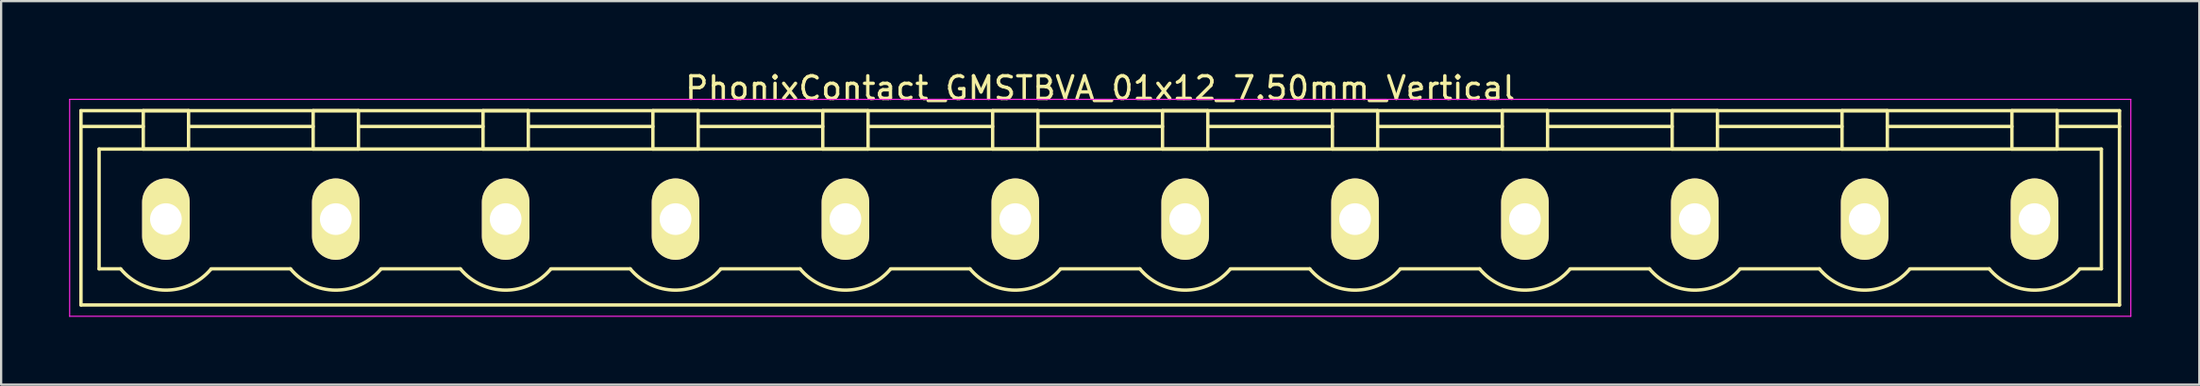
<source format=kicad_pcb>
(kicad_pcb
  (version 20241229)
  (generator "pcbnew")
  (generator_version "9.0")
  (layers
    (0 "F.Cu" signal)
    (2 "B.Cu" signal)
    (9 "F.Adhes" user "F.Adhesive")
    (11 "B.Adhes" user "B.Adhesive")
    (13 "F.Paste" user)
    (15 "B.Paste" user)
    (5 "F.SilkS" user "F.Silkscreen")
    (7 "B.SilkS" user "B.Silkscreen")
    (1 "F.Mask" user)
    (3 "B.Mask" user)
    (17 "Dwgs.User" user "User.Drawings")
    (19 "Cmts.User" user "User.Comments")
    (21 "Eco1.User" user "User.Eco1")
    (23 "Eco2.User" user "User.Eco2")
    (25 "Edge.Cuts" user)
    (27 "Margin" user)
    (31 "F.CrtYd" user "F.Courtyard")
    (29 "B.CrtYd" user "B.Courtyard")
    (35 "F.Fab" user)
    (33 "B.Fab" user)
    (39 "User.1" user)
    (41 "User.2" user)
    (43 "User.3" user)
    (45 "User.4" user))
  (footprint "PhonixContact_GMSTBVA_01x12_7.50mm_Vertical"
    (layer "F.Cu")
    (at 4.275 6.648)
    (property "Reference" "PhonixContact_GMSTBVA_01x12_7.50mm_Vertical" (at 41.25 -5.8 0) (layer "F.SilkS") (effects (font (size 1 1) (thickness 0.15))))
    (attr through_hole)
    (fp_line (start -3.75 -4.8) (end -3.75 3.8) (stroke (width 0.15) (type solid)) (layer "F.SilkS"))
    (fp_line (start -3.75 -4.1) (end -1 -4.1) (stroke (width 0.15) (type solid)) (layer "F.SilkS"))
    (fp_line (start -3.75 3.8) (end 86.25 3.8) (stroke (width 0.15) (type solid)) (layer "F.SilkS"))
    (fp_line (start -2.95 -3.1) (end 85.45 -3.1) (stroke (width 0.15) (type solid)) (layer "F.SilkS"))
    (fp_line (start -2.95 2.2) (end -2.95 -3.1) (stroke (width 0.15) (type solid)) (layer "F.SilkS"))
    (fp_line (start -2 2.2) (end -2.95 2.2) (stroke (width 0.15) (type solid)) (layer "F.SilkS"))
    (fp_line (start -1 -4.8) (end 1 -4.8) (stroke (width 0.15) (type solid)) (layer "F.SilkS"))
    (fp_line (start -1 -3.1) (end -1 -4.8) (stroke (width 0.15) (type solid)) (layer "F.SilkS"))
    (fp_line (start 1 -4.8) (end 1 -3.1) (stroke (width 0.15) (type solid)) (layer "F.SilkS"))
    (fp_line (start 1 -4.1) (end 6.5 -4.1) (stroke (width 0.15) (type solid)) (layer "F.SilkS"))
    (fp_line (start 1 -3.1) (end -1 -3.1) (stroke (width 0.15) (type solid)) (layer "F.SilkS"))
    (fp_line (start 2 2.2) (end 5.5 2.2) (stroke (width 0.15) (type solid)) (layer "F.SilkS"))
    (fp_line (start 6.5 -4.8) (end 8.5 -4.8) (stroke (width 0.15) (type solid)) (layer "F.SilkS"))
    (fp_line (start 6.5 -3.1) (end 6.5 -4.8) (stroke (width 0.15) (type solid)) (layer "F.SilkS"))
    (fp_line (start 8.5 -4.8) (end 8.5 -3.1) (stroke (width 0.15) (type solid)) (layer "F.SilkS"))
    (fp_line (start 8.5 -4.1) (end 14 -4.1) (stroke (width 0.15) (type solid)) (layer "F.SilkS"))
    (fp_line (start 8.5 -3.1) (end 6.5 -3.1) (stroke (width 0.15) (type solid)) (layer "F.SilkS"))
    (fp_line (start 9.5 2.2) (end 13 2.2) (stroke (width 0.15) (type solid)) (layer "F.SilkS"))
    (fp_line (start 14 -4.8) (end 16 -4.8) (stroke (width 0.15) (type solid)) (layer "F.SilkS"))
    (fp_line (start 14 -3.1) (end 14 -4.8) (stroke (width 0.15) (type solid)) (layer "F.SilkS"))
    (fp_line (start 16 -4.8) (end 16 -3.1) (stroke (width 0.15) (type solid)) (layer "F.SilkS"))
    (fp_line (start 16 -4.1) (end 21.5 -4.1) (stroke (width 0.15) (type solid)) (layer "F.SilkS"))
    (fp_line (start 16 -3.1) (end 14 -3.1) (stroke (width 0.15) (type solid)) (layer "F.SilkS"))
    (fp_line (start 17 2.2) (end 20.5 2.2) (stroke (width 0.15) (type solid)) (layer "F.SilkS"))
    (fp_line (start 21.5 -4.8) (end 23.5 -4.8) (stroke (width 0.15) (type solid)) (layer "F.SilkS"))
    (fp_line (start 21.5 -3.1) (end 21.5 -4.8) (stroke (width 0.15) (type solid)) (layer "F.SilkS"))
    (fp_line (start 23.5 -4.8) (end 23.5 -3.1) (stroke (width 0.15) (type solid)) (layer "F.SilkS"))
    (fp_line (start 23.5 -4.1) (end 29 -4.1) (stroke (width 0.15) (type solid)) (layer "F.SilkS"))
    (fp_line (start 23.5 -3.1) (end 21.5 -3.1) (stroke (width 0.15) (type solid)) (layer "F.SilkS"))
    (fp_line (start 24.5 2.2) (end 28 2.2) (stroke (width 0.15) (type solid)) (layer "F.SilkS"))
    (fp_line (start 29 -4.8) (end 31 -4.8) (stroke (width 0.15) (type solid)) (layer "F.SilkS"))
    (fp_line (start 29 -3.1) (end 29 -4.8) (stroke (width 0.15) (type solid)) (layer "F.SilkS"))
    (fp_line (start 31 -4.8) (end 31 -3.1) (stroke (width 0.15) (type solid)) (layer "F.SilkS"))
    (fp_line (start 31 -4.1) (end 36.5 -4.1) (stroke (width 0.15) (type solid)) (layer "F.SilkS"))
    (fp_line (start 31 -3.1) (end 29 -3.1) (stroke (width 0.15) (type solid)) (layer "F.SilkS"))
    (fp_line (start 32 2.2) (end 35.5 2.2) (stroke (width 0.15) (type solid)) (layer "F.SilkS"))
    (fp_line (start 36.5 -4.8) (end 38.5 -4.8) (stroke (width 0.15) (type solid)) (layer "F.SilkS"))
    (fp_line (start 36.5 -3.1) (end 36.5 -4.8) (stroke (width 0.15) (type solid)) (layer "F.SilkS"))
    (fp_line (start 38.5 -4.8) (end 38.5 -3.1) (stroke (width 0.15) (type solid)) (layer "F.SilkS"))
    (fp_line (start 38.5 -4.1) (end 44 -4.1) (stroke (width 0.15) (type solid)) (layer "F.SilkS"))
    (fp_line (start 38.5 -3.1) (end 36.5 -3.1) (stroke (width 0.15) (type solid)) (layer "F.SilkS"))
    (fp_line (start 39.5 2.2) (end 43 2.2) (stroke (width 0.15) (type solid)) (layer "F.SilkS"))
    (fp_line (start 44 -4.8) (end 46 -4.8) (stroke (width 0.15) (type solid)) (layer "F.SilkS"))
    (fp_line (start 44 -3.1) (end 44 -4.8) (stroke (width 0.15) (type solid)) (layer "F.SilkS"))
    (fp_line (start 46 -4.8) (end 46 -3.1) (stroke (width 0.15) (type solid)) (layer "F.SilkS"))
    (fp_line (start 46 -4.1) (end 51.5 -4.1) (stroke (width 0.15) (type solid)) (layer "F.SilkS"))
    (fp_line (start 46 -3.1) (end 44 -3.1) (stroke (width 0.15) (type solid)) (layer "F.SilkS"))
    (fp_line (start 47 2.2) (end 50.5 2.2) (stroke (width 0.15) (type solid)) (layer "F.SilkS"))
    (fp_line (start 51.5 -4.8) (end 53.5 -4.8) (stroke (width 0.15) (type solid)) (layer "F.SilkS"))
    (fp_line (start 51.5 -3.1) (end 51.5 -4.8) (stroke (width 0.15) (type solid)) (layer "F.SilkS"))
    (fp_line (start 53.5 -4.8) (end 53.5 -3.1) (stroke (width 0.15) (type solid)) (layer "F.SilkS"))
    (fp_line (start 53.5 -4.1) (end 59 -4.1) (stroke (width 0.15) (type solid)) (layer "F.SilkS"))
    (fp_line (start 53.5 -3.1) (end 51.5 -3.1) (stroke (width 0.15) (type solid)) (layer "F.SilkS"))
    (fp_line (start 54.5 2.2) (end 58 2.2) (stroke (width 0.15) (type solid)) (layer "F.SilkS"))
    (fp_line (start 59 -4.8) (end 61 -4.8) (stroke (width 0.15) (type solid)) (layer "F.SilkS"))
    (fp_line (start 59 -3.1) (end 59 -4.8) (stroke (width 0.15) (type solid)) (layer "F.SilkS"))
    (fp_line (start 61 -4.8) (end 61 -3.1) (stroke (width 0.15) (type solid)) (layer "F.SilkS"))
    (fp_line (start 61 -4.1) (end 66.5 -4.1) (stroke (width 0.15) (type solid)) (layer "F.SilkS"))
    (fp_line (start 61 -3.1) (end 59 -3.1) (stroke (width 0.15) (type solid)) (layer "F.SilkS"))
    (fp_line (start 62 2.2) (end 65.5 2.2) (stroke (width 0.15) (type solid)) (layer "F.SilkS"))
    (fp_line (start 66.5 -4.8) (end 68.5 -4.8) (stroke (width 0.15) (type solid)) (layer "F.SilkS"))
    (fp_line (start 66.5 -3.1) (end 66.5 -4.8) (stroke (width 0.15) (type solid)) (layer "F.SilkS"))
    (fp_line (start 68.5 -4.8) (end 68.5 -3.1) (stroke (width 0.15) (type solid)) (layer "F.SilkS"))
    (fp_line (start 68.5 -4.1) (end 74 -4.1) (stroke (width 0.15) (type solid)) (layer "F.SilkS"))
    (fp_line (start 68.5 -3.1) (end 66.5 -3.1) (stroke (width 0.15) (type solid)) (layer "F.SilkS"))
    (fp_line (start 69.5 2.2) (end 73 2.2) (stroke (width 0.15) (type solid)) (layer "F.SilkS"))
    (fp_line (start 74 -4.8) (end 76 -4.8) (stroke (width 0.15) (type solid)) (layer "F.SilkS"))
    (fp_line (start 74 -3.1) (end 74 -4.8) (stroke (width 0.15) (type solid)) (layer "F.SilkS"))
    (fp_line (start 76 -4.8) (end 76 -3.1) (stroke (width 0.15) (type solid)) (layer "F.SilkS"))
    (fp_line (start 76 -4.1) (end 81.5 -4.1) (stroke (width 0.15) (type solid)) (layer "F.SilkS"))
    (fp_line (start 76 -3.1) (end 74 -3.1) (stroke (width 0.15) (type solid)) (layer "F.SilkS"))
    (fp_line (start 77 2.2) (end 80.5 2.2) (stroke (width 0.15) (type solid)) (layer "F.SilkS"))
    (fp_line (start 81.5 -4.8) (end 83.5 -4.8) (stroke (width 0.15) (type solid)) (layer "F.SilkS"))
    (fp_line (start 81.5 -3.1) (end 81.5 -4.8) (stroke (width 0.15) (type solid)) (layer "F.SilkS"))
    (fp_line (start 83.5 -4.8) (end 83.5 -3.1) (stroke (width 0.15) (type solid)) (layer "F.SilkS"))
    (fp_line (start 83.5 -3.1) (end 81.5 -3.1) (stroke (width 0.15) (type solid)) (layer "F.SilkS"))
    (fp_line (start 85.45 -3.1) (end 85.45 2.2) (stroke (width 0.15) (type solid)) (layer "F.SilkS"))
    (fp_line (start 85.45 2.2) (end 84.5 2.2) (stroke (width 0.15) (type solid)) (layer "F.SilkS"))
    (fp_line (start 86.25 -4.8) (end -3.75 -4.8) (stroke (width 0.15) (type solid)) (layer "F.SilkS"))
    (fp_line (start 86.25 -4.1) (end 83.5 -4.1) (stroke (width 0.15) (type solid)) (layer "F.SilkS"))
    (fp_line (start 86.25 3.8) (end 86.25 -4.8) (stroke (width 0.15) (type solid)) (layer "F.SilkS"))
    (fp_arc (start 1.986842 2.215821) (mid -0.010289 3.142758) (end -2 2.2) (stroke (width 0.15) (type solid)) (layer "F.SilkS"))
    (fp_arc (start 9.486842 2.215821) (mid 7.489711 3.142758) (end 5.5 2.2) (stroke (width 0.15) (type solid)) (layer "F.SilkS"))
    (fp_arc (start 16.986842 2.215821) (mid 14.989711 3.142758) (end 13 2.2) (stroke (width 0.15) (type solid)) (layer "F.SilkS"))
    (fp_arc (start 24.486842 2.215821) (mid 22.489711 3.142758) (end 20.5 2.2) (stroke (width 0.15) (type solid)) (layer "F.SilkS"))
    (fp_arc (start 31.986842 2.215821) (mid 29.989711 3.142758) (end 28 2.2) (stroke (width 0.15) (type solid)) (layer "F.SilkS"))
    (fp_arc (start 39.486842 2.215821) (mid 37.489711 3.142758) (end 35.5 2.2) (stroke (width 0.15) (type solid)) (layer "F.SilkS"))
    (fp_arc (start 46.986842 2.215821) (mid 44.989711 3.142758) (end 43 2.2) (stroke (width 0.15) (type solid)) (layer "F.SilkS"))
    (fp_arc (start 54.486842 2.215821) (mid 52.489711 3.142758) (end 50.5 2.2) (stroke (width 0.15) (type solid)) (layer "F.SilkS"))
    (fp_arc (start 61.986842 2.215821) (mid 59.989711 3.142758) (end 58 2.2) (stroke (width 0.15) (type solid)) (layer "F.SilkS"))
    (fp_arc (start 69.486842 2.215821) (mid 67.489711 3.142758) (end 65.5 2.2) (stroke (width 0.15) (type solid)) (layer "F.SilkS"))
    (fp_arc (start 76.986842 2.215821) (mid 74.989711 3.142758) (end 73 2.2) (stroke (width 0.15) (type solid)) (layer "F.SilkS"))
    (fp_arc (start 84.486842 2.215821) (mid 82.489711 3.142758) (end 80.5 2.2) (stroke (width 0.15) (type solid)) (layer "F.SilkS"))
    (fp_line (start -4.25 -5.3) (end -4.25 4.3) (stroke (width 0.05) (type solid)) (layer "F.CrtYd"))
    (fp_line (start -4.25 4.3) (end 86.75 4.3) (stroke (width 0.05) (type solid)) (layer "F.CrtYd"))
    (fp_line (start 86.75 -5.3) (end -4.25 -5.3) (stroke (width 0.05) (type solid)) (layer "F.CrtYd"))
    (fp_line (start 86.75 4.3) (end 86.75 -5.3) (stroke (width 0.05) (type solid)) (layer "F.CrtYd"))
    (pad "1" thru_hole oval (at 0 0) (size 2.1 3.6) (drill 1.4) (layers "*.Cu" "*.Mask" "F.SilkS"))
    (pad "2" thru_hole oval (at 7.5 0) (size 2.1 3.6) (drill 1.4) (layers "*.Cu" "*.Mask" "F.SilkS"))
    (pad "3" thru_hole oval (at 15 0) (size 2.1 3.6) (drill 1.4) (layers "*.Cu" "*.Mask" "F.SilkS"))
    (pad "4" thru_hole oval (at 22.5 0) (size 2.1 3.6) (drill 1.4) (layers "*.Cu" "*.Mask" "F.SilkS"))
    (pad "5" thru_hole oval (at 30 0) (size 2.1 3.6) (drill 1.4) (layers "*.Cu" "*.Mask" "F.SilkS"))
    (pad "6" thru_hole oval (at 37.5 0) (size 2.1 3.6) (drill 1.4) (layers "*.Cu" "*.Mask" "F.SilkS"))
    (pad "7" thru_hole oval (at 45 0) (size 2.1 3.6) (drill 1.4) (layers "*.Cu" "*.Mask" "F.SilkS"))
    (pad "8" thru_hole oval (at 52.5 0) (size 2.1 3.6) (drill 1.4) (layers "*.Cu" "*.Mask" "F.SilkS"))
    (pad "9" thru_hole oval (at 60 0) (size 2.1 3.6) (drill 1.4) (layers "*.Cu" "*.Mask" "F.SilkS"))
    (pad "10" thru_hole oval (at 67.5 0) (size 2.1 3.6) (drill 1.4) (layers "*.Cu" "*.Mask" "F.SilkS"))
    (pad "11" thru_hole oval (at 75 0) (size 2.1 3.6) (drill 1.4) (layers "*.Cu" "*.Mask" "F.SilkS"))
    (pad "12" thru_hole oval (at 82.5 0) (size 2.1 3.6) (drill 1.4) (layers "*.Cu" "*.Mask" "F.SilkS")))
  (gr_rect
    (start -3 -3)
    (end 94.05 13.973)
    (stroke (width 0.1) (type default))
    (fill no)
    (layer "Edge.Cuts")))
</source>
